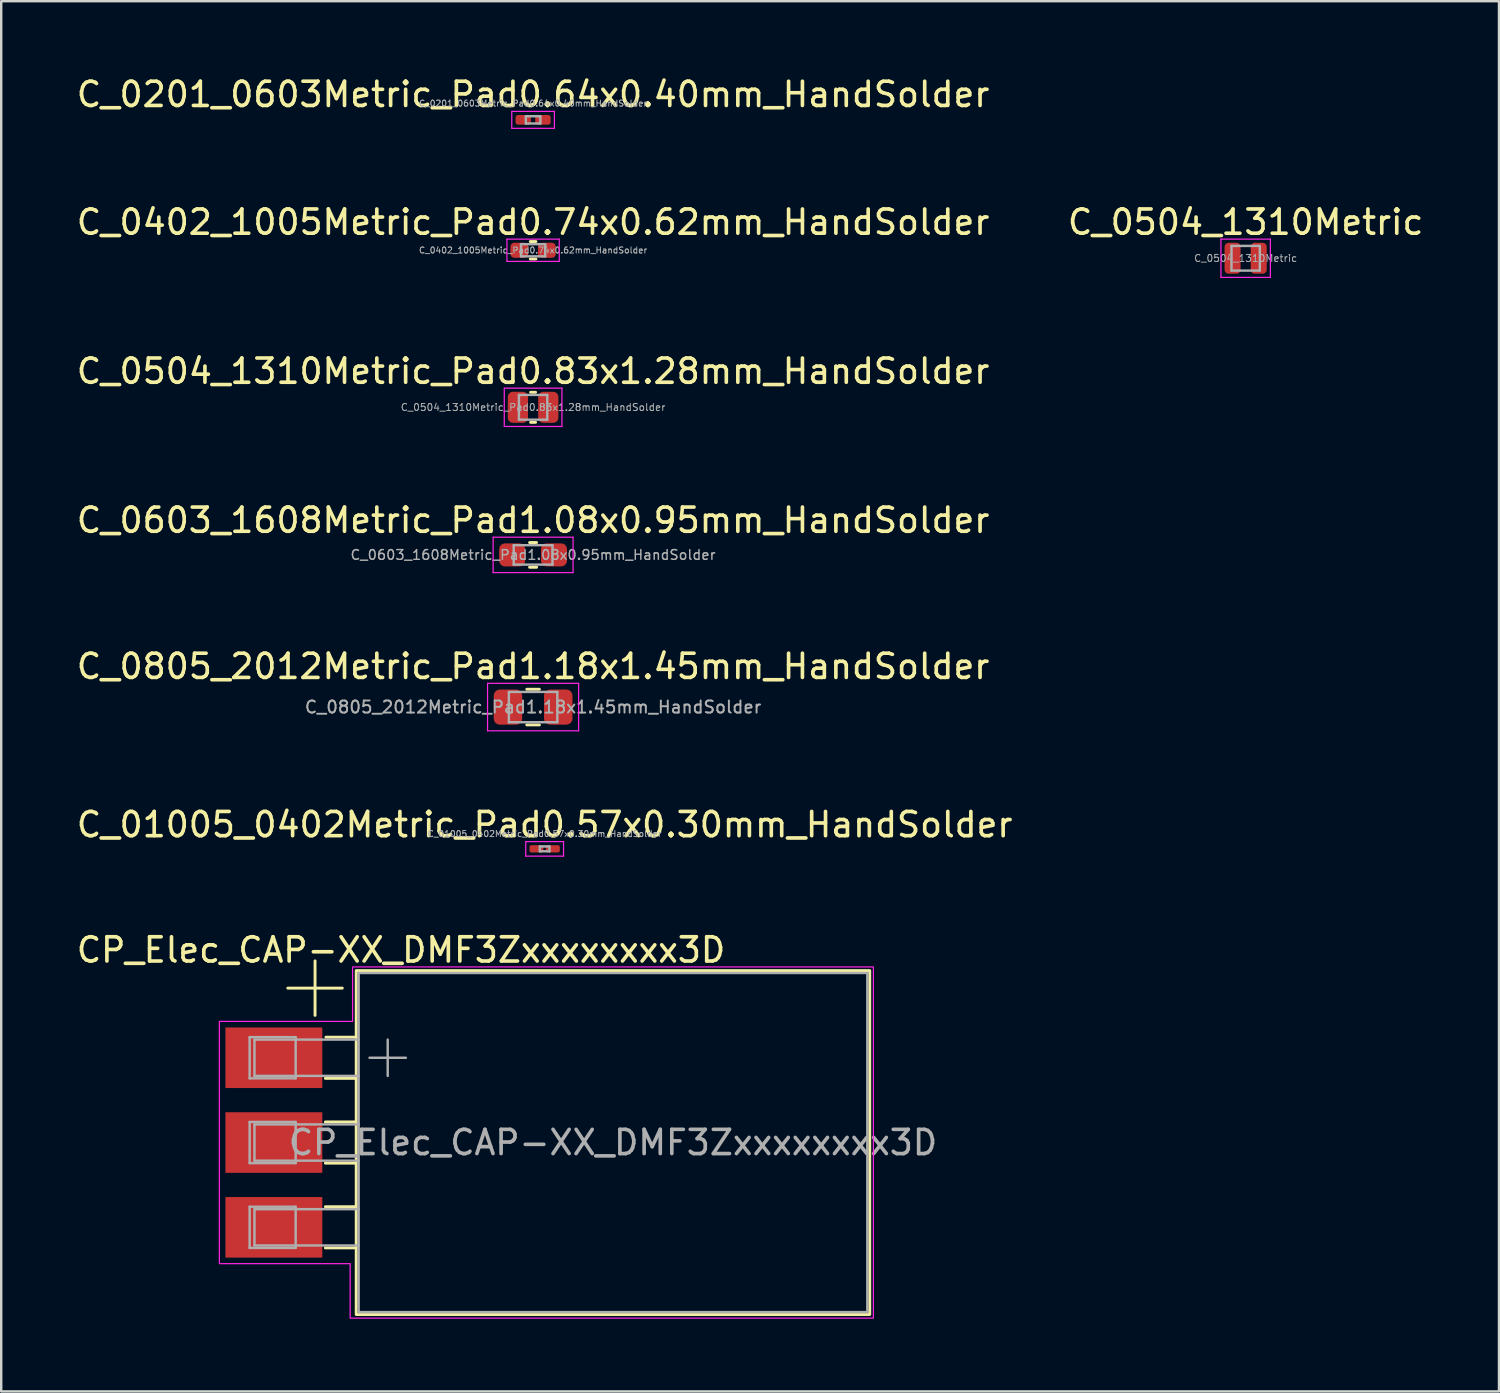
<source format=kicad_pcb>
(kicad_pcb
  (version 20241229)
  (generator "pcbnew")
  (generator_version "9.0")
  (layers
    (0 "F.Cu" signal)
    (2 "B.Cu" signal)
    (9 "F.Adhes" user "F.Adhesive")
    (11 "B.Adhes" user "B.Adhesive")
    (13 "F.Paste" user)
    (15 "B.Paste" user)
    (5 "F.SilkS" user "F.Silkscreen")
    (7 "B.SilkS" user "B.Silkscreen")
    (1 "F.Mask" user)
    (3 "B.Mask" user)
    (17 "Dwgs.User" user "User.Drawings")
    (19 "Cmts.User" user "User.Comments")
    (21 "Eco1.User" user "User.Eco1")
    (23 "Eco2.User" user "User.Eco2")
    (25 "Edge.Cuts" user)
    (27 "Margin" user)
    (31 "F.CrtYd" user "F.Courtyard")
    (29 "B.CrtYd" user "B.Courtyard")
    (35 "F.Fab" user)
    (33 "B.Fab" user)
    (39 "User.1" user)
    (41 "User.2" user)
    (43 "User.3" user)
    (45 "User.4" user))
  (footprint "C_0805_2012Metric_Pad1.18x1.45mm_HandSolder"
    (layer "F.Cu")
    (at 18.958 26.141)
    (property "Reference" "C_0805_2012Metric_Pad1.18x1.45mm_HandSolder" (at 0 -1.68 0) (layer "F.SilkS") (effects (font (size 1 1) (thickness 0.15))))
    (attr smd)
    (fp_line (start -0.261 -0.735) (end 0.261 -0.735) (stroke (width 0.12) (type solid)) (layer "F.SilkS"))
    (fp_line (start -0.261 0.735) (end 0.261 0.735) (stroke (width 0.12) (type solid)) (layer "F.SilkS"))
    (fp_line (start -1.88 -0.98) (end 1.88 -0.98) (stroke (width 0.05) (type solid)) (layer "F.CrtYd"))
    (fp_line (start -1.88 0.98) (end -1.88 -0.98) (stroke (width 0.05) (type solid)) (layer "F.CrtYd"))
    (fp_line (start 1.88 -0.98) (end 1.88 0.98) (stroke (width 0.05) (type solid)) (layer "F.CrtYd"))
    (fp_line (start 1.88 0.98) (end -1.88 0.98) (stroke (width 0.05) (type solid)) (layer "F.CrtYd"))
    (fp_line (start -1 -0.625) (end 1 -0.625) (stroke (width 0.1) (type solid)) (layer "F.Fab"))
    (fp_line (start -1 0.625) (end -1 -0.625) (stroke (width 0.1) (type solid)) (layer "F.Fab"))
    (fp_line (start 1 -0.625) (end 1 0.625) (stroke (width 0.1) (type solid)) (layer "F.Fab"))
    (fp_line (start 1 0.625) (end -1 0.625) (stroke (width 0.1) (type solid)) (layer "F.Fab"))
    (fp_text user "${REFERENCE}" (at 0 0 0) (layer "F.Fab") (effects (font (size 0.5 0.5) (thickness 0.08))))
    (pad "1" smd roundrect (at -1.038 0) (size 1.175 1.45) (layers "F.Cu" "F.Mask" "F.Paste") (roundrect_rratio 0.213))
    (pad "2" smd roundrect (at 1.038 0) (size 1.175 1.45) (layers "F.Cu" "F.Mask" "F.Paste") (roundrect_rratio 0.213)))
  (footprint "C_01005_0402Metric_Pad0.57x0.30mm_HandSolder"
    (layer "F.Cu")
    (at 19.435 31.994)
    (property "Reference" "C_01005_0402Metric_Pad0.57x0.30mm_HandSolder" (at 0 -1 0) (layer "F.SilkS") (effects (font (size 1 1) (thickness 0.15))))
    (attr smd)
    (fp_line (start -0.78 -0.3) (end 0.78 -0.3) (stroke (width 0.05) (type solid)) (layer "F.CrtYd"))
    (fp_line (start -0.78 0.3) (end -0.78 -0.3) (stroke (width 0.05) (type solid)) (layer "F.CrtYd"))
    (fp_line (start 0.78 -0.3) (end 0.78 0.3) (stroke (width 0.05) (type solid)) (layer "F.CrtYd"))
    (fp_line (start 0.78 0.3) (end -0.78 0.3) (stroke (width 0.05) (type solid)) (layer "F.CrtYd"))
    (fp_line (start -0.2 -0.1) (end 0.2 -0.1) (stroke (width 0.1) (type solid)) (layer "F.Fab"))
    (fp_line (start -0.2 0.1) (end -0.2 -0.1) (stroke (width 0.1) (type solid)) (layer "F.Fab"))
    (fp_line (start 0.2 -0.1) (end 0.2 0.1) (stroke (width 0.1) (type solid)) (layer "F.Fab"))
    (fp_line (start 0.2 0.1) (end -0.2 0.1) (stroke (width 0.1) (type solid)) (layer "F.Fab"))
    (fp_text user "${REFERENCE}" (at 0 -0.62 0) (layer "F.Fab") (effects (font (size 0.25 0.25) (thickness 0.04))))
    (pad "" smd roundrect (at -0.362 0) (size 0.41 0.27) (layers "F.Paste") (roundrect_rratio 0.25))
    (pad "" smd roundrect (at 0.362 0) (size 0.41 0.27) (layers "F.Paste") (roundrect_rratio 0.25))
    (pad "1" smd roundrect (at -0.338 0) (size 0.575 0.3) (layers "F.Cu" "F.Mask") (roundrect_rratio 0.25))
    (pad "2" smd roundrect (at 0.338 0) (size 0.575 0.3) (layers "F.Cu" "F.Mask") (roundrect_rratio 0.25)))
  (footprint "C_0603_1608Metric_Pad1.08x0.95mm_HandSolder"
    (layer "F.Cu")
    (at 18.958 19.858)
    (property "Reference" "C_0603_1608Metric_Pad1.08x0.95mm_HandSolder" (at 0 -1.43 0) (layer "F.SilkS") (effects (font (size 1 1) (thickness 0.15))))
    (attr smd)
    (fp_line (start -0.146 -0.51) (end 0.146 -0.51) (stroke (width 0.12) (type solid)) (layer "F.SilkS"))
    (fp_line (start -0.146 0.51) (end 0.146 0.51) (stroke (width 0.12) (type solid)) (layer "F.SilkS"))
    (fp_line (start -1.65 -0.73) (end 1.65 -0.73) (stroke (width 0.05) (type solid)) (layer "F.CrtYd"))
    (fp_line (start -1.65 0.73) (end -1.65 -0.73) (stroke (width 0.05) (type solid)) (layer "F.CrtYd"))
    (fp_line (start 1.65 -0.73) (end 1.65 0.73) (stroke (width 0.05) (type solid)) (layer "F.CrtYd"))
    (fp_line (start 1.65 0.73) (end -1.65 0.73) (stroke (width 0.05) (type solid)) (layer "F.CrtYd"))
    (fp_line (start -0.8 -0.4) (end 0.8 -0.4) (stroke (width 0.1) (type solid)) (layer "F.Fab"))
    (fp_line (start -0.8 0.4) (end -0.8 -0.4) (stroke (width 0.1) (type solid)) (layer "F.Fab"))
    (fp_line (start 0.8 -0.4) (end 0.8 0.4) (stroke (width 0.1) (type solid)) (layer "F.Fab"))
    (fp_line (start 0.8 0.4) (end -0.8 0.4) (stroke (width 0.1) (type solid)) (layer "F.Fab"))
    (fp_text user "${REFERENCE}" (at 0 0 0) (layer "F.Fab") (effects (font (size 0.4 0.4) (thickness 0.06))))
    (pad "1" smd roundrect (at -0.863 0) (size 1.075 0.95) (layers "F.Cu" "F.Mask" "F.Paste") (roundrect_rratio 0.25))
    (pad "2" smd roundrect (at 0.863 0) (size 1.075 0.95) (layers "F.Cu" "F.Mask" "F.Paste") (roundrect_rratio 0.25)))
  (footprint "C_0504_1310Metric"
    (layer "F.Cu")
    (at 48.375 7.612)
    (property "Reference" "C_0504_1310Metric" (at 0 -1.49 0) (layer "F.SilkS") (effects (font (size 1 1) (thickness 0.15))))
    (attr smd)
    (fp_line (start -1.02 -0.79) (end 1.02 -0.79) (stroke (width 0.05) (type solid)) (layer "F.CrtYd"))
    (fp_line (start -1.02 0.79) (end -1.02 -0.79) (stroke (width 0.05) (type solid)) (layer "F.CrtYd"))
    (fp_line (start 1.02 -0.79) (end 1.02 0.79) (stroke (width 0.05) (type solid)) (layer "F.CrtYd"))
    (fp_line (start 1.02 0.79) (end -1.02 0.79) (stroke (width 0.05) (type solid)) (layer "F.CrtYd"))
    (fp_line (start -0.585 -0.51) (end 0.585 -0.51) (stroke (width 0.1) (type solid)) (layer "F.Fab"))
    (fp_line (start -0.585 0.51) (end -0.585 -0.51) (stroke (width 0.1) (type solid)) (layer "F.Fab"))
    (fp_line (start 0.585 -0.51) (end 0.585 0.51) (stroke (width 0.1) (type solid)) (layer "F.Fab"))
    (fp_line (start 0.585 0.51) (end -0.585 0.51) (stroke (width 0.1) (type solid)) (layer "F.Fab"))
    (fp_text user "${REFERENCE}" (at 0 0 0) (layer "F.Fab") (effects (font (size 0.29 0.29) (thickness 0.04))))
    (pad "1" smd roundrect (at -0.54 0) (size 0.66 1.28) (layers "F.Cu" "F.Mask" "F.Paste") (roundrect_rratio 0.25))
    (pad "2" smd roundrect (at 0.54 0) (size 0.66 1.28) (layers "F.Cu" "F.Mask" "F.Paste") (roundrect_rratio 0.25)))
  (footprint "C_0201_0603Metric_Pad0.64x0.40mm_HandSolder"
    (layer "F.Cu")
    (at 18.958 1.898)
    (property "Reference" "C_0201_0603Metric_Pad0.64x0.40mm_HandSolder" (at 0 -1.05 0) (layer "F.SilkS") (effects (font (size 1 1) (thickness 0.15))))
    (attr smd)
    (fp_line (start -0.88 -0.35) (end 0.88 -0.35) (stroke (width 0.05) (type solid)) (layer "F.CrtYd"))
    (fp_line (start -0.88 0.35) (end -0.88 -0.35) (stroke (width 0.05) (type solid)) (layer "F.CrtYd"))
    (fp_line (start 0.88 -0.35) (end 0.88 0.35) (stroke (width 0.05) (type solid)) (layer "F.CrtYd"))
    (fp_line (start 0.88 0.35) (end -0.88 0.35) (stroke (width 0.05) (type solid)) (layer "F.CrtYd"))
    (fp_line (start -0.3 -0.15) (end 0.3 -0.15) (stroke (width 0.1) (type solid)) (layer "F.Fab"))
    (fp_line (start -0.3 0.15) (end -0.3 -0.15) (stroke (width 0.1) (type solid)) (layer "F.Fab"))
    (fp_line (start 0.3 -0.15) (end 0.3 0.15) (stroke (width 0.1) (type solid)) (layer "F.Fab"))
    (fp_line (start 0.3 0.15) (end -0.3 0.15) (stroke (width 0.1) (type solid)) (layer "F.Fab"))
    (fp_text user "${REFERENCE}" (at 0 -0.68 0) (layer "F.Fab") (effects (font (size 0.25 0.25) (thickness 0.04))))
    (pad "" smd roundrect (at -0.432 0) (size 0.458 0.36) (layers "F.Paste") (roundrect_rratio 0.25))
    (pad "" smd roundrect (at 0.432 0) (size 0.458 0.36) (layers "F.Paste") (roundrect_rratio 0.25))
    (pad "1" smd roundrect (at -0.407 0) (size 0.635 0.4) (layers "F.Cu" "F.Mask") (roundrect_rratio 0.25))
    (pad "2" smd roundrect (at 0.407 0) (size 0.635 0.4) (layers "F.Cu" "F.Mask") (roundrect_rratio 0.25)))
  (footprint "CP_Elec_CAP-XX_DMF3Zxxxxxxxx3D"
    (layer "F.Cu")
    (at 22.256 44.118)
    (property "Reference" "CP_Elec_CAP-XX_DMF3Zxxxxxxxx3D" (at -8.75 -7.95 0) (layer "F.SilkS") (effects (font (size 1 1) (thickness 0.15))))
    (attr exclude_from_pos_files)
    (fp_line (start -13.425 -6.375) (end -11.175 -6.375) (stroke (width 0.12) (type solid)) (layer "F.SilkS"))
    (fp_line (start -12.3 -7.5) (end -12.3 -5.25) (stroke (width 0.12) (type solid)) (layer "F.SilkS"))
    (fp_line (start -11.875 -2.65) (end -10.625 -2.65) (stroke (width 0.12) (type solid)) (layer "F.SilkS"))
    (fp_line (start -11.875 -0.85) (end -10.625 -0.85) (stroke (width 0.12) (type solid)) (layer "F.SilkS"))
    (fp_line (start -11.875 0.85) (end -10.625 0.85) (stroke (width 0.12) (type solid)) (layer "F.SilkS"))
    (fp_line (start -11.875 2.65) (end -10.625 2.65) (stroke (width 0.12) (type solid)) (layer "F.SilkS"))
    (fp_line (start -11.875 4.35) (end -10.625 4.35) (stroke (width 0.12) (type solid)) (layer "F.SilkS"))
    (fp_line (start -11.85 -4.35) (end -10.6 -4.35) (stroke (width 0.12) (type solid)) (layer "F.SilkS"))
    (fp_rect (start -10.6 -7.1) (end 10.6 7.1) (stroke (width 0.12) (type solid)) (fill no) (layer "F.SilkS"))
    (fp_poly (pts (xy 10.75 7.25) (xy -10.85 7.25) (xy -10.85 5) (xy -16.25 5) (xy -16.25 -5) (xy -10.75 -5) (xy -10.75 -7.25) (xy 10.75 -7.25)) (stroke (width 0.05) (type solid)) (fill no) (layer "F.CrtYd"))
    (fp_line (start -15 -4.35) (end -15 -2.65) (stroke (width 0.1) (type solid)) (layer "F.Fab"))
    (fp_line (start -15 -2.65) (end -13.1 -2.65) (stroke (width 0.1) (type solid)) (layer "F.Fab"))
    (fp_line (start -15 -0.85) (end -15 0.85) (stroke (width 0.1) (type solid)) (layer "F.Fab"))
    (fp_line (start -15 0.85) (end -13.1 0.85) (stroke (width 0.1) (type solid)) (layer "F.Fab"))
    (fp_line (start -15 2.65) (end -15 4.35) (stroke (width 0.1) (type solid)) (layer "F.Fab"))
    (fp_line (start -15 4.35) (end -13.1 4.35) (stroke (width 0.1) (type solid)) (layer "F.Fab"))
    (fp_line (start -14.801 -4.249) (end -14.801 -2.751) (stroke (width 0.1) (type solid)) (layer "F.Fab"))
    (fp_line (start -14.801 -2.751) (end -10.5 -2.751) (stroke (width 0.1) (type solid)) (layer "F.Fab"))
    (fp_line (start -14.801 -0.749) (end -14.801 0.749) (stroke (width 0.1) (type solid)) (layer "F.Fab"))
    (fp_line (start -14.801 0.749) (end -10.5 0.749) (stroke (width 0.1) (type solid)) (layer "F.Fab"))
    (fp_line (start -14.801 2.751) (end -14.801 4.249) (stroke (width 0.1) (type solid)) (layer "F.Fab"))
    (fp_line (start -14.801 4.249) (end -10.5 4.249) (stroke (width 0.1) (type solid)) (layer "F.Fab"))
    (fp_line (start -13.1 -4.35) (end -15 -4.35) (stroke (width 0.1) (type solid)) (layer "F.Fab"))
    (fp_line (start -13.1 -2.65) (end -13.1 -4.35) (stroke (width 0.1) (type solid)) (layer "F.Fab"))
    (fp_line (start -13.1 -0.85) (end -15 -0.85) (stroke (width 0.1) (type solid)) (layer "F.Fab"))
    (fp_line (start -13.1 0.85) (end -13.1 -0.85) (stroke (width 0.1) (type solid)) (layer "F.Fab"))
    (fp_line (start -13.1 2.65) (end -15 2.65) (stroke (width 0.1) (type solid)) (layer "F.Fab"))
    (fp_line (start -13.1 4.35) (end -13.1 2.65) (stroke (width 0.1) (type solid)) (layer "F.Fab"))
    (fp_line (start -10.5 -4.249) (end -14.801 -4.249) (stroke (width 0.1) (type solid)) (layer "F.Fab"))
    (fp_line (start -10.5 -0.749) (end -14.801 -0.749) (stroke (width 0.1) (type solid)) (layer "F.Fab"))
    (fp_line (start -10.5 2.751) (end -14.801 2.751) (stroke (width 0.1) (type solid)) (layer "F.Fab"))
    (fp_line (start -10.5 -7) (end -10.5 7) (stroke (width 0.1) (type solid)) (layer "F.Fab"))
    (fp_line (start -10.5 7) (end 10.5 7) (stroke (width 0.1) (type solid)) (layer "F.Fab"))
    (fp_line (start -10.05 -3.5) (end -8.55 -3.5) (stroke (width 0.1) (type solid)) (layer "F.Fab"))
    (fp_line (start -9.3 -4.25) (end -9.3 -2.75) (stroke (width 0.1) (type solid)) (layer "F.Fab"))
    (fp_line (start 10.5 -7) (end -10.5 -7) (stroke (width 0.1) (type solid)) (layer "F.Fab"))
    (fp_line (start 10.5 7) (end 10.5 -7) (stroke (width 0.1) (type solid)) (layer "F.Fab"))
    (fp_text user "${REFERENCE}" (at 0 0 0) (unlocked yes) (layer "F.Fab") (effects (font (size 1 1) (thickness 0.15))))
    (pad "1" smd rect (at -14 -3.5 180) (size 4 2.5) (layers "F.Cu" "F.Mask"))
    (pad "2" smd rect (at -14 0 180) (size 4 2.5) (layers "F.Cu" "F.Mask"))
    (pad "3" smd rect (at -14 3.5 180) (size 4 2.5) (layers "F.Cu" "F.Mask")))
  (footprint "C_0504_1310Metric_Pad0.83x1.28mm_HandSolder"
    (layer "F.Cu")
    (at 18.958 13.765)
    (property "Reference" "C_0504_1310Metric_Pad0.83x1.28mm_HandSolder" (at 0 -1.49 0) (layer "F.SilkS") (effects (font (size 1 1) (thickness 0.15))))
    (attr smd)
    (fp_line (start -0.102 -0.62) (end 0.102 -0.62) (stroke (width 0.12) (type solid)) (layer "F.SilkS"))
    (fp_line (start -0.102 0.62) (end 0.102 0.62) (stroke (width 0.12) (type solid)) (layer "F.SilkS"))
    (fp_line (start -1.19 -0.79) (end 1.19 -0.79) (stroke (width 0.05) (type solid)) (layer "F.CrtYd"))
    (fp_line (start -1.19 0.79) (end -1.19 -0.79) (stroke (width 0.05) (type solid)) (layer "F.CrtYd"))
    (fp_line (start 1.19 -0.79) (end 1.19 0.79) (stroke (width 0.05) (type solid)) (layer "F.CrtYd"))
    (fp_line (start 1.19 0.79) (end -1.19 0.79) (stroke (width 0.05) (type solid)) (layer "F.CrtYd"))
    (fp_line (start -0.585 -0.51) (end 0.585 -0.51) (stroke (width 0.1) (type solid)) (layer "F.Fab"))
    (fp_line (start -0.585 0.51) (end -0.585 -0.51) (stroke (width 0.1) (type solid)) (layer "F.Fab"))
    (fp_line (start 0.585 -0.51) (end 0.585 0.51) (stroke (width 0.1) (type solid)) (layer "F.Fab"))
    (fp_line (start 0.585 0.51) (end -0.585 0.51) (stroke (width 0.1) (type solid)) (layer "F.Fab"))
    (fp_text user "${REFERENCE}" (at 0 0 0) (layer "F.Fab") (effects (font (size 0.29 0.29) (thickness 0.04))))
    (pad "1" smd roundrect (at -0.627 0) (size 0.835 1.28) (layers "F.Cu" "F.Mask" "F.Paste") (roundrect_rratio 0.25))
    (pad "2" smd roundrect (at 0.627 0) (size 0.835 1.28) (layers "F.Cu" "F.Mask" "F.Paste") (roundrect_rratio 0.25)))
  (footprint "C_0402_1005Metric_Pad0.74x0.62mm_HandSolder"
    (layer "F.Cu")
    (at 18.958 7.282)
    (property "Reference" "C_0402_1005Metric_Pad0.74x0.62mm_HandSolder" (at 0 -1.16 0) (layer "F.SilkS") (effects (font (size 1 1) (thickness 0.15))))
    (attr smd)
    (fp_line (start -0.116 -0.36) (end 0.116 -0.36) (stroke (width 0.12) (type solid)) (layer "F.SilkS"))
    (fp_line (start -0.116 0.36) (end 0.116 0.36) (stroke (width 0.12) (type solid)) (layer "F.SilkS"))
    (fp_line (start -1.08 -0.46) (end 1.08 -0.46) (stroke (width 0.05) (type solid)) (layer "F.CrtYd"))
    (fp_line (start -1.08 0.46) (end -1.08 -0.46) (stroke (width 0.05) (type solid)) (layer "F.CrtYd"))
    (fp_line (start 1.08 -0.46) (end 1.08 0.46) (stroke (width 0.05) (type solid)) (layer "F.CrtYd"))
    (fp_line (start 1.08 0.46) (end -1.08 0.46) (stroke (width 0.05) (type solid)) (layer "F.CrtYd"))
    (fp_line (start -0.5 -0.25) (end 0.5 -0.25) (stroke (width 0.1) (type solid)) (layer "F.Fab"))
    (fp_line (start -0.5 0.25) (end -0.5 -0.25) (stroke (width 0.1) (type solid)) (layer "F.Fab"))
    (fp_line (start 0.5 -0.25) (end 0.5 0.25) (stroke (width 0.1) (type solid)) (layer "F.Fab"))
    (fp_line (start 0.5 0.25) (end -0.5 0.25) (stroke (width 0.1) (type solid)) (layer "F.Fab"))
    (fp_text user "${REFERENCE}" (at 0 0 0) (layer "F.Fab") (effects (font (size 0.25 0.25) (thickness 0.04))))
    (pad "1" smd roundrect (at -0.568 0) (size 0.735 0.62) (layers "F.Cu" "F.Mask" "F.Paste") (roundrect_rratio 0.25))
    (pad "2" smd roundrect (at 0.568 0) (size 0.735 0.62) (layers "F.Cu" "F.Mask" "F.Paste") (roundrect_rratio 0.25)))
  (gr_rect
    (start -3 -3)
    (end 58.833 54.393)
    (stroke (width 0.1) (type default))
    (fill no)
    (layer "Edge.Cuts")))
</source>
